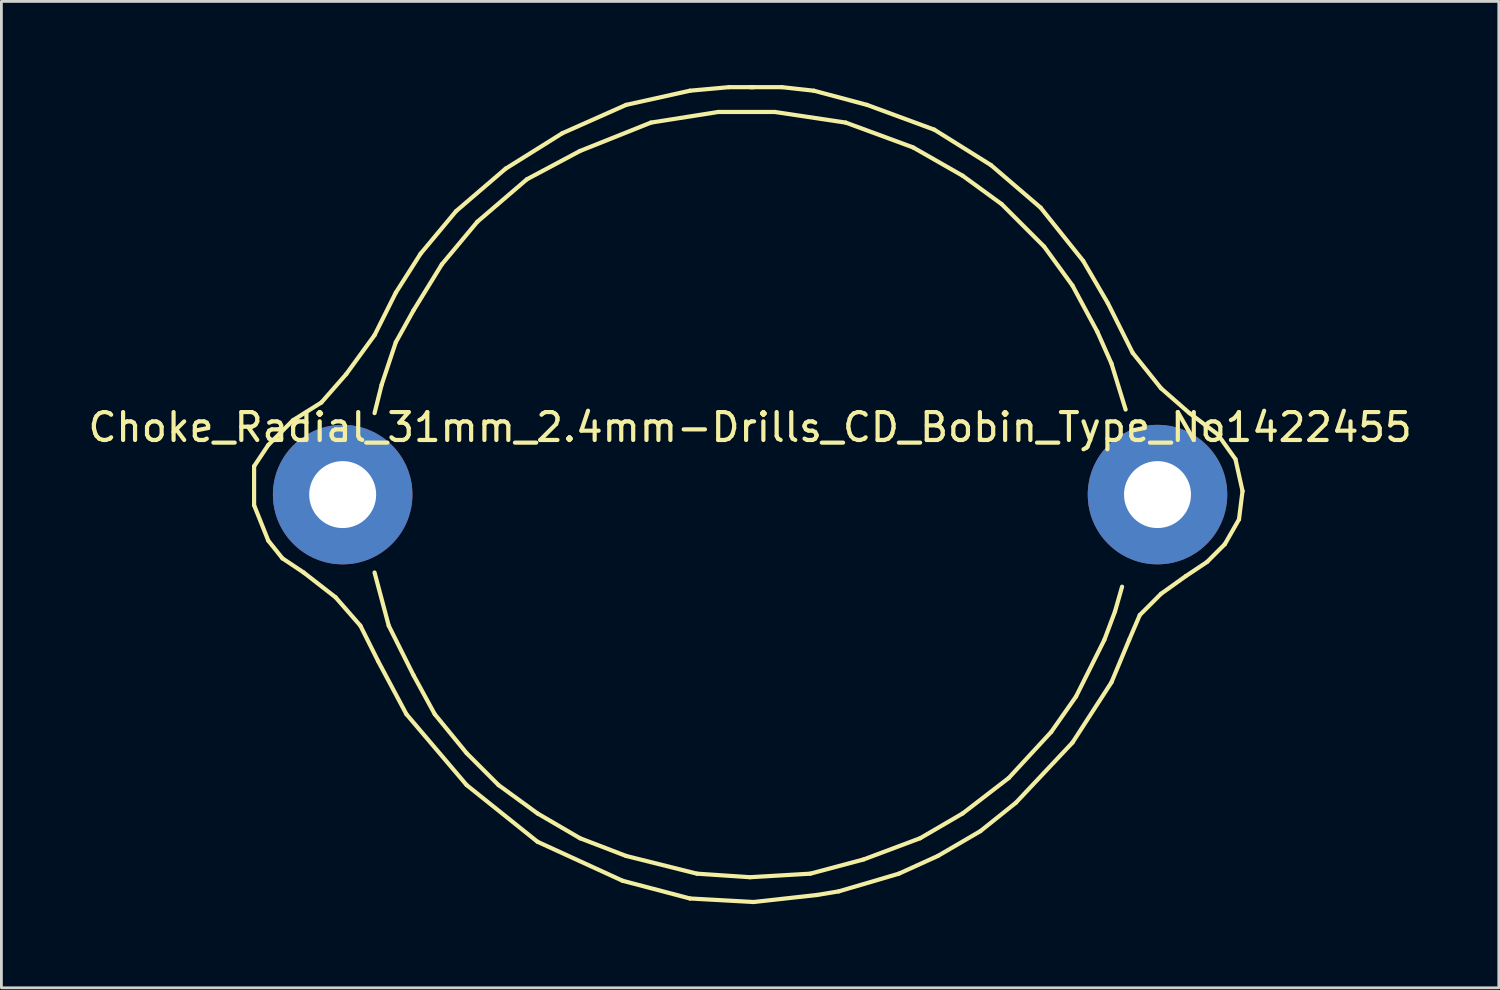
<source format=kicad_pcb>
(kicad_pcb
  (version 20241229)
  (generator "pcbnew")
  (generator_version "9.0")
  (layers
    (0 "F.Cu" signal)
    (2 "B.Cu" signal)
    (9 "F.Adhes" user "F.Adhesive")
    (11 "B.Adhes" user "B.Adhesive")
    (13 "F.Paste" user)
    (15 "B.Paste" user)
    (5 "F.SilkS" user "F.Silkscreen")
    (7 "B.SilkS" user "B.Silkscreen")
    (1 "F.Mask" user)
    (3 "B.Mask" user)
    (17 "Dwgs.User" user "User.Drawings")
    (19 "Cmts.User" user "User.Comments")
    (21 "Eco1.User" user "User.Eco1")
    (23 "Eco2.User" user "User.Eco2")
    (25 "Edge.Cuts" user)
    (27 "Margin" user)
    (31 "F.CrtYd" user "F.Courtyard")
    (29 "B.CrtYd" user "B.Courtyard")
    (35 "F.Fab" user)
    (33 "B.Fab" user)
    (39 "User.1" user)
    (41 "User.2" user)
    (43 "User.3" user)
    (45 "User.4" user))
  (footprint "Choke_Radial_31mm_2.4mm-Drills_CD_Bobin_Type_No1422455"
    (layer "F.Cu")
    (at 23.839 14.68)
    (property "Reference" "Choke_Radial_31mm_2.4mm-Drills_CD_Bobin_Type_No1422455" (at 0 -2.413 0) (layer "F.SilkS") (effects (font (size 1 1) (thickness 0.15))))
    (attr through_hole)
    (fp_line (start -17.78 -1.016) (end -17.272 -1.778) (stroke (width 0.15) (type solid)) (layer "F.SilkS"))
    (fp_line (start -17.78 0.381) (end -17.78 -1.016) (stroke (width 0.15) (type solid)) (layer "F.SilkS"))
    (fp_line (start -17.272 -1.778) (end -16.383 -2.667) (stroke (width 0.15) (type solid)) (layer "F.SilkS"))
    (fp_line (start -17.272 1.651) (end -17.78 0.381) (stroke (width 0.15) (type solid)) (layer "F.SilkS"))
    (fp_line (start -16.764 2.286) (end -17.272 1.651) (stroke (width 0.15) (type solid)) (layer "F.SilkS"))
    (fp_line (start -16.383 -2.667) (end -15.367 -3.302) (stroke (width 0.15) (type solid)) (layer "F.SilkS"))
    (fp_line (start -16.002 2.794) (end -16.764 2.286) (stroke (width 0.15) (type solid)) (layer "F.SilkS"))
    (fp_line (start -15.367 -3.302) (end -14.478 -4.318) (stroke (width 0.15) (type solid)) (layer "F.SilkS"))
    (fp_line (start -14.859 3.683) (end -16.002 2.794) (stroke (width 0.15) (type solid)) (layer "F.SilkS"))
    (fp_line (start -14.478 -4.318) (end -13.462 -5.715) (stroke (width 0.15) (type solid)) (layer "F.SilkS"))
    (fp_line (start -13.97 4.699) (end -14.859 3.683) (stroke (width 0.15) (type solid)) (layer "F.SilkS"))
    (fp_line (start -13.462 -5.715) (end -12.7 -7.239) (stroke (width 0.15) (type solid)) (layer "F.SilkS"))
    (fp_line (start -13.462 -2.921) (end -13.208 -3.937) (stroke (width 0.15) (type solid)) (layer "F.SilkS"))
    (fp_line (start -13.335 5.969) (end -13.97 4.699) (stroke (width 0.15) (type solid)) (layer "F.SilkS"))
    (fp_line (start -13.208 -3.937) (end -12.7 -5.461) (stroke (width 0.15) (type solid)) (layer "F.SilkS"))
    (fp_line (start -12.954 4.699) (end -13.462 2.794) (stroke (width 0.15) (type solid)) (layer "F.SilkS"))
    (fp_line (start -12.7 -7.239) (end -11.811 -8.636) (stroke (width 0.15) (type solid)) (layer "F.SilkS"))
    (fp_line (start -12.7 -5.461) (end -12.065 -6.604) (stroke (width 0.15) (type solid)) (layer "F.SilkS"))
    (fp_line (start -12.319 7.874) (end -13.335 5.969) (stroke (width 0.15) (type solid)) (layer "F.SilkS"))
    (fp_line (start -12.065 -6.604) (end -11.049 -8.255) (stroke (width 0.15) (type solid)) (layer "F.SilkS"))
    (fp_line (start -12.065 6.477) (end -12.954 4.699) (stroke (width 0.15) (type solid)) (layer "F.SilkS"))
    (fp_line (start -11.811 -8.636) (end -10.541 -10.16) (stroke (width 0.15) (type solid)) (layer "F.SilkS"))
    (fp_line (start -11.303 7.874) (end -12.065 6.477) (stroke (width 0.15) (type solid)) (layer "F.SilkS"))
    (fp_line (start -11.049 -8.255) (end -9.779 -9.779) (stroke (width 0.15) (type solid)) (layer "F.SilkS"))
    (fp_line (start -10.541 -10.16) (end -8.763 -11.684) (stroke (width 0.15) (type solid)) (layer "F.SilkS"))
    (fp_line (start -10.16 9.271) (end -11.303 7.874) (stroke (width 0.15) (type solid)) (layer "F.SilkS"))
    (fp_line (start -10.16 10.414) (end -12.319 7.874) (stroke (width 0.15) (type solid)) (layer "F.SilkS"))
    (fp_line (start -9.779 -9.779) (end -8.001 -11.303) (stroke (width 0.15) (type solid)) (layer "F.SilkS"))
    (fp_line (start -9.017 10.414) (end -10.16 9.271) (stroke (width 0.15) (type solid)) (layer "F.SilkS"))
    (fp_line (start -8.763 -11.684) (end -6.731 -12.954) (stroke (width 0.15) (type solid)) (layer "F.SilkS"))
    (fp_line (start -8.001 -11.303) (end -6.096 -12.319) (stroke (width 0.15) (type solid)) (layer "F.SilkS"))
    (fp_line (start -7.62 11.43) (end -9.017 10.414) (stroke (width 0.15) (type solid)) (layer "F.SilkS"))
    (fp_line (start -7.62 12.446) (end -10.16 10.414) (stroke (width 0.15) (type solid)) (layer "F.SilkS"))
    (fp_line (start -6.731 -12.954) (end -4.445 -13.97) (stroke (width 0.15) (type solid)) (layer "F.SilkS"))
    (fp_line (start -6.096 -12.319) (end -3.556 -13.335) (stroke (width 0.15) (type solid)) (layer "F.SilkS"))
    (fp_line (start -6.096 12.319) (end -7.62 11.43) (stroke (width 0.15) (type solid)) (layer "F.SilkS"))
    (fp_line (start -4.572 13.843) (end -7.62 12.446) (stroke (width 0.15) (type solid)) (layer "F.SilkS"))
    (fp_line (start -4.445 -13.97) (end -2.159 -14.478) (stroke (width 0.15) (type solid)) (layer "F.SilkS"))
    (fp_line (start -4.445 12.954) (end -6.096 12.319) (stroke (width 0.15) (type solid)) (layer "F.SilkS"))
    (fp_line (start -3.556 -13.335) (end -1.143 -13.716) (stroke (width 0.15) (type solid)) (layer "F.SilkS"))
    (fp_line (start -2.159 -14.478) (end -0.762 -14.605) (stroke (width 0.15) (type solid)) (layer "F.SilkS"))
    (fp_line (start -2.159 14.478) (end -4.572 13.843) (stroke (width 0.15) (type solid)) (layer "F.SilkS"))
    (fp_line (start -1.905 13.589) (end -4.445 12.954) (stroke (width 0.15) (type solid)) (layer "F.SilkS"))
    (fp_line (start -1.143 -13.716) (end 0.889 -13.716) (stroke (width 0.15) (type solid)) (layer "F.SilkS"))
    (fp_line (start -0.762 -14.605) (end 0.127 -14.605) (stroke (width 0.15) (type solid)) (layer "F.SilkS"))
    (fp_line (start 0 -14.605) (end 1.143 -14.605) (stroke (width 0.15) (type solid)) (layer "F.SilkS"))
    (fp_line (start 0 13.716) (end -1.905 13.589) (stroke (width 0.15) (type solid)) (layer "F.SilkS"))
    (fp_line (start 0.127 14.605) (end -2.159 14.478) (stroke (width 0.15) (type solid)) (layer "F.SilkS"))
    (fp_line (start 0.889 -13.716) (end 3.429 -13.335) (stroke (width 0.15) (type solid)) (layer "F.SilkS"))
    (fp_line (start 1.143 -14.605) (end 2.286 -14.478) (stroke (width 0.15) (type solid)) (layer "F.SilkS"))
    (fp_line (start 2.159 13.589) (end 0 13.716) (stroke (width 0.15) (type solid)) (layer "F.SilkS"))
    (fp_line (start 2.286 -14.478) (end 4.191 -13.97) (stroke (width 0.15) (type solid)) (layer "F.SilkS"))
    (fp_line (start 2.413 14.351) (end 0.127 14.605) (stroke (width 0.15) (type solid)) (layer "F.SilkS"))
    (fp_line (start 3.175 14.224) (end 2.413 14.351) (stroke (width 0.15) (type solid)) (layer "F.SilkS"))
    (fp_line (start 3.429 -13.335) (end 5.842 -12.446) (stroke (width 0.15) (type solid)) (layer "F.SilkS"))
    (fp_line (start 4.064 13.081) (end 2.159 13.589) (stroke (width 0.15) (type solid)) (layer "F.SilkS"))
    (fp_line (start 4.191 -13.97) (end 6.604 -13.081) (stroke (width 0.15) (type solid)) (layer "F.SilkS"))
    (fp_line (start 5.334 13.589) (end 3.175 14.224) (stroke (width 0.15) (type solid)) (layer "F.SilkS"))
    (fp_line (start 5.842 -12.446) (end 7.62 -11.43) (stroke (width 0.15) (type solid)) (layer "F.SilkS"))
    (fp_line (start 6.096 12.319) (end 4.064 13.081) (stroke (width 0.15) (type solid)) (layer "F.SilkS"))
    (fp_line (start 6.604 -13.081) (end 8.636 -11.811) (stroke (width 0.15) (type solid)) (layer "F.SilkS"))
    (fp_line (start 6.731 12.954) (end 5.334 13.589) (stroke (width 0.15) (type solid)) (layer "F.SilkS"))
    (fp_line (start 7.62 -11.43) (end 9.017 -10.414) (stroke (width 0.15) (type solid)) (layer "F.SilkS"))
    (fp_line (start 7.62 11.43) (end 6.096 12.319) (stroke (width 0.15) (type solid)) (layer "F.SilkS"))
    (fp_line (start 8.255 12.065) (end 6.731 12.954) (stroke (width 0.15) (type solid)) (layer "F.SilkS"))
    (fp_line (start 8.636 -11.811) (end 10.414 -10.287) (stroke (width 0.15) (type solid)) (layer "F.SilkS"))
    (fp_line (start 9.017 -10.414) (end 10.541 -8.89) (stroke (width 0.15) (type solid)) (layer "F.SilkS"))
    (fp_line (start 9.271 10.16) (end 7.62 11.43) (stroke (width 0.15) (type solid)) (layer "F.SilkS"))
    (fp_line (start 9.525 11.049) (end 8.255 12.065) (stroke (width 0.15) (type solid)) (layer "F.SilkS"))
    (fp_line (start 10.414 -10.287) (end 11.938 -8.382) (stroke (width 0.15) (type solid)) (layer "F.SilkS"))
    (fp_line (start 10.541 -8.89) (end 11.557 -7.493) (stroke (width 0.15) (type solid)) (layer "F.SilkS"))
    (fp_line (start 10.795 8.509) (end 9.271 10.16) (stroke (width 0.15) (type solid)) (layer "F.SilkS"))
    (fp_line (start 11.557 -7.493) (end 12.446 -5.842) (stroke (width 0.15) (type solid)) (layer "F.SilkS"))
    (fp_line (start 11.557 8.89) (end 9.525 11.049) (stroke (width 0.15) (type solid)) (layer "F.SilkS"))
    (fp_line (start 11.684 7.239) (end 10.795 8.509) (stroke (width 0.15) (type solid)) (layer "F.SilkS"))
    (fp_line (start 11.938 -8.382) (end 12.827 -6.858) (stroke (width 0.15) (type solid)) (layer "F.SilkS"))
    (fp_line (start 12.446 -5.842) (end 12.954 -4.699) (stroke (width 0.15) (type solid)) (layer "F.SilkS"))
    (fp_line (start 12.7 5.207) (end 11.684 7.239) (stroke (width 0.15) (type solid)) (layer "F.SilkS"))
    (fp_line (start 12.827 -6.858) (end 13.716 -5.08) (stroke (width 0.15) (type solid)) (layer "F.SilkS"))
    (fp_line (start 12.954 -4.699) (end 13.462 -3.048) (stroke (width 0.15) (type solid)) (layer "F.SilkS"))
    (fp_line (start 12.954 6.731) (end 11.557 8.89) (stroke (width 0.15) (type solid)) (layer "F.SilkS"))
    (fp_line (start 13.081 4.191) (end 12.7 5.207) (stroke (width 0.15) (type solid)) (layer "F.SilkS"))
    (fp_line (start 13.335 3.302) (end 13.081 4.191) (stroke (width 0.15) (type solid)) (layer "F.SilkS"))
    (fp_line (start 13.589 5.207) (end 12.954 6.731) (stroke (width 0.15) (type solid)) (layer "F.SilkS"))
    (fp_line (start 13.716 -5.08) (end 14.732 -3.81) (stroke (width 0.15) (type solid)) (layer "F.SilkS"))
    (fp_line (start 13.97 4.318) (end 13.589 5.207) (stroke (width 0.15) (type solid)) (layer "F.SilkS"))
    (fp_line (start 14.732 -3.81) (end 15.748 -2.921) (stroke (width 0.15) (type solid)) (layer "F.SilkS"))
    (fp_line (start 14.732 3.556) (end 13.97 4.318) (stroke (width 0.15) (type solid)) (layer "F.SilkS"))
    (fp_line (start 15.621 2.921) (end 14.732 3.556) (stroke (width 0.15) (type solid)) (layer "F.SilkS"))
    (fp_line (start 15.748 -2.921) (end 16.764 -2.159) (stroke (width 0.15) (type solid)) (layer "F.SilkS"))
    (fp_line (start 16.383 2.413) (end 15.621 2.921) (stroke (width 0.15) (type solid)) (layer "F.SilkS"))
    (fp_line (start 16.764 -2.159) (end 17.399 -1.27) (stroke (width 0.15) (type solid)) (layer "F.SilkS"))
    (fp_line (start 17.018 1.778) (end 16.383 2.413) (stroke (width 0.15) (type solid)) (layer "F.SilkS"))
    (fp_line (start 17.399 -1.27) (end 17.653 -0.127) (stroke (width 0.15) (type solid)) (layer "F.SilkS"))
    (fp_line (start 17.526 0.889) (end 17.018 1.778) (stroke (width 0.15) (type solid)) (layer "F.SilkS"))
    (fp_line (start 17.653 -0.127) (end 17.526 0.889) (stroke (width 0.15) (type solid)) (layer "F.SilkS"))
    (pad "1" thru_hole circle (at 14.605 0) (size 5.001 5.001) (drill 2.4) (layers "*.Cu" "*.Mask"))
    (pad "2" thru_hole circle (at -14.605 0) (size 5.001 5.001) (drill 2.4) (layers "*.Cu" "*.Mask")))
  (gr_rect
    (start -3 -3)
    (end 50.679 32.36)
    (stroke (width 0.1) (type default))
    (fill no)
    (layer "Edge.Cuts")))
</source>
